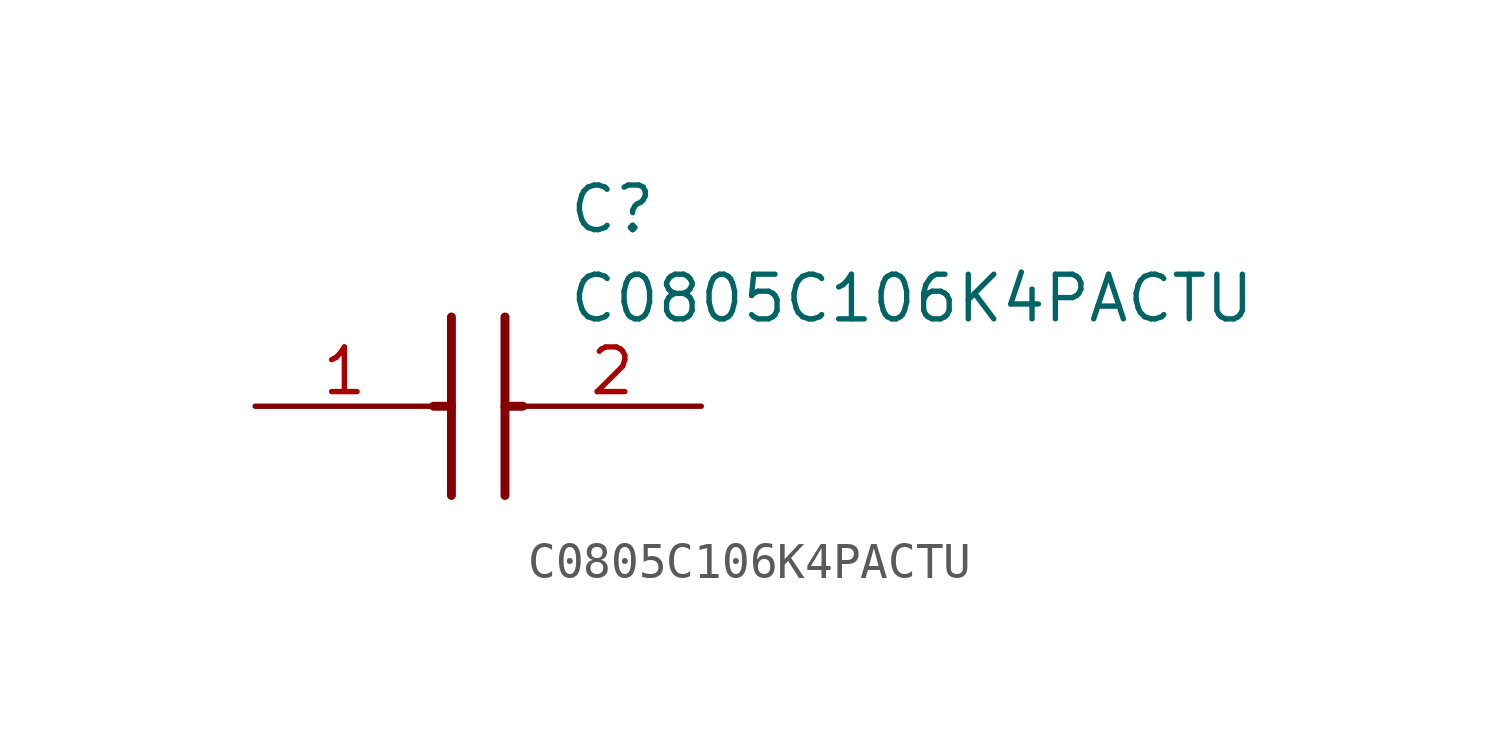
<source format=kicad_sym>
(kicad_symbol_lib
  (version 20211014)
  (generator SamacSys_ECAD_Model)
  (symbol "C0805C106K4PACTU"
    (pin_names hide)
    (property "Reference" "C"
      (at 8.89 6.35 0)
      (effects (font (size 1.27 1.27)) (justify left top)))
    (property "Value" "C0805C106K4PACTU"
      (at 8.89 3.81 0)
      (effects (font (size 1.27 1.27)) (justify left top)))
    (polyline
      (pts (xy 5.588 2.54) (xy 5.588 -2.54))
      (stroke (width 0.254) (type default))
      (fill (type none)))
    (polyline
      (pts (xy 7.112 2.54) (xy 7.112 -2.54))
      (stroke (width 0.254) (type default))
      (fill (type none)))
    (polyline
      (pts (xy 5.08 0) (xy 5.588 0))
      (stroke (width 0.254) (type default))
      (fill (type none)))
    (polyline
      (pts (xy 7.112 0) (xy 7.62 0))
      (stroke (width 0.254) (type default))
      (fill (type none)))
    (pin passive line
      (at 0 0 0)
      (length 5.08)
      (name "1" (effects (font (size 1.27 1.27))))
      (number "1" (effects (font (size 1.27 1.27)))))
    (pin passive line
      (at 12.7 0 180)
      (length 5.08)
      (name "2" (effects (font (size 1.27 1.27))))
      (number "2" (effects (font (size 1.27 1.27)))))))
</source>
